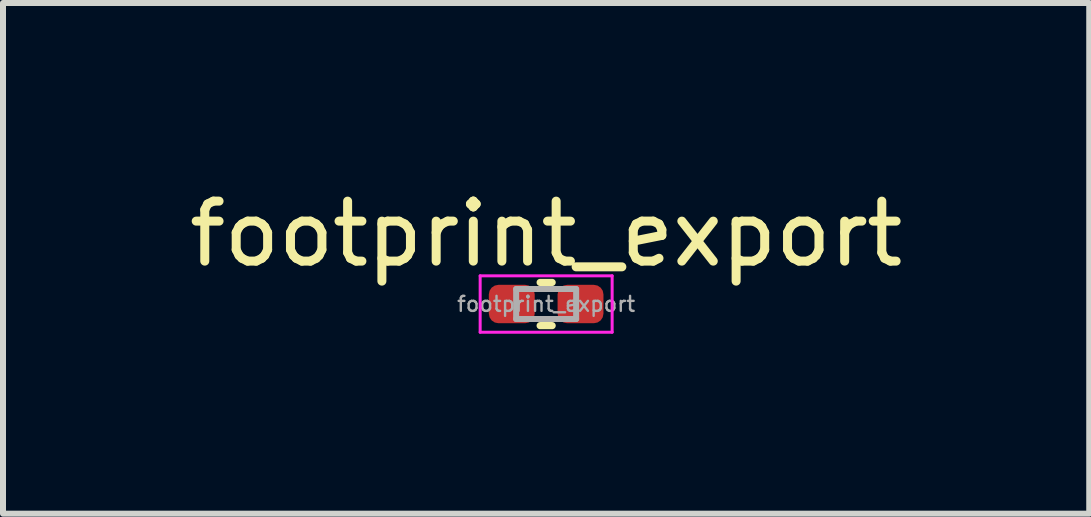
<source format=kicad_pcb>
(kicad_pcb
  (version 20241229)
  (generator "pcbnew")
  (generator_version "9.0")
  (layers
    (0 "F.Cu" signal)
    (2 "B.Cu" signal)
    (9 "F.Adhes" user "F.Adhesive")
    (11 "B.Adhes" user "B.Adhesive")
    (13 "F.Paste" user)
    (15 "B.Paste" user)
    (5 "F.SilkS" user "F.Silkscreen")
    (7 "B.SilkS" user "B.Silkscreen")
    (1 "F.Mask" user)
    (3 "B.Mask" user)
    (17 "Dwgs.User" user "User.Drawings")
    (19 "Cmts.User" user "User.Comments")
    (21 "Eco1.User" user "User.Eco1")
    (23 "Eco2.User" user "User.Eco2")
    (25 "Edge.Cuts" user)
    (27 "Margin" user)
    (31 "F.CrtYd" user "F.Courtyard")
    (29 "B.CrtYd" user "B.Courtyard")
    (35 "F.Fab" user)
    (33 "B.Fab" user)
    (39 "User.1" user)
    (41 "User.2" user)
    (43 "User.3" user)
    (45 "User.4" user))
  (footprint "footprint_export"
    (layer "F.Cu")
    (at 6.054 2.018)
    (property "Reference" "footprint_export" (at 0 -1.17 0) (layer "F.SilkS") (effects (font (size 1 1) (thickness 0.15))))
    (attr smd)
    (fp_line (start -0.1 -0.36) (end 0.1 -0.36) (stroke (width 0.12) (type solid)) (layer "F.SilkS"))
    (fp_line (start -0.1 0.36) (end 0.1 0.36) (stroke (width 0.12) (type solid)) (layer "F.SilkS"))
    (fp_line (start -1.1 -0.47) (end 1.1 -0.47) (stroke (width 0.05) (type solid)) (layer "F.CrtYd"))
    (fp_line (start -1.1 0.47) (end -1.1 -0.47) (stroke (width 0.05) (type solid)) (layer "F.CrtYd"))
    (fp_line (start 1.1 -0.47) (end 1.1 0.47) (stroke (width 0.05) (type solid)) (layer "F.CrtYd"))
    (fp_line (start 1.1 0.47) (end -1.1 0.47) (stroke (width 0.05) (type solid)) (layer "F.CrtYd"))
    (fp_line (start -0.5 -0.25) (end 0.5 -0.25) (stroke (width 0.1) (type solid)) (layer "F.Fab"))
    (fp_line (start -0.5 0.25) (end -0.5 -0.25) (stroke (width 0.1) (type solid)) (layer "F.Fab"))
    (fp_line (start 0.5 -0.25) (end 0.5 0.25) (stroke (width 0.1) (type solid)) (layer "F.Fab"))
    (fp_line (start 0.5 0.25) (end -0.5 0.25) (stroke (width 0.1) (type solid)) (layer "F.Fab"))
    (fp_text user "${REFERENCE}" (at 0 0 0) (layer "F.Fab") (effects (font (size 0.25 0.25) (thickness 0.04))))
    (pad "1" smd roundrect (at -0.573 0) (size 0.765 0.64) (layers "F.Cu" "F.Mask" "F.Paste") (roundrect_rratio 0.25))
    (pad "2" smd roundrect (at 0.573 0) (size 0.765 0.64) (layers "F.Cu" "F.Mask" "F.Paste") (roundrect_rratio 0.25)))
  (gr_rect
    (start -3 -3)
    (end 15.107 5.513)
    (stroke (width 0.1) (type default))
    (fill no)
    (layer "Edge.Cuts")))
</source>
